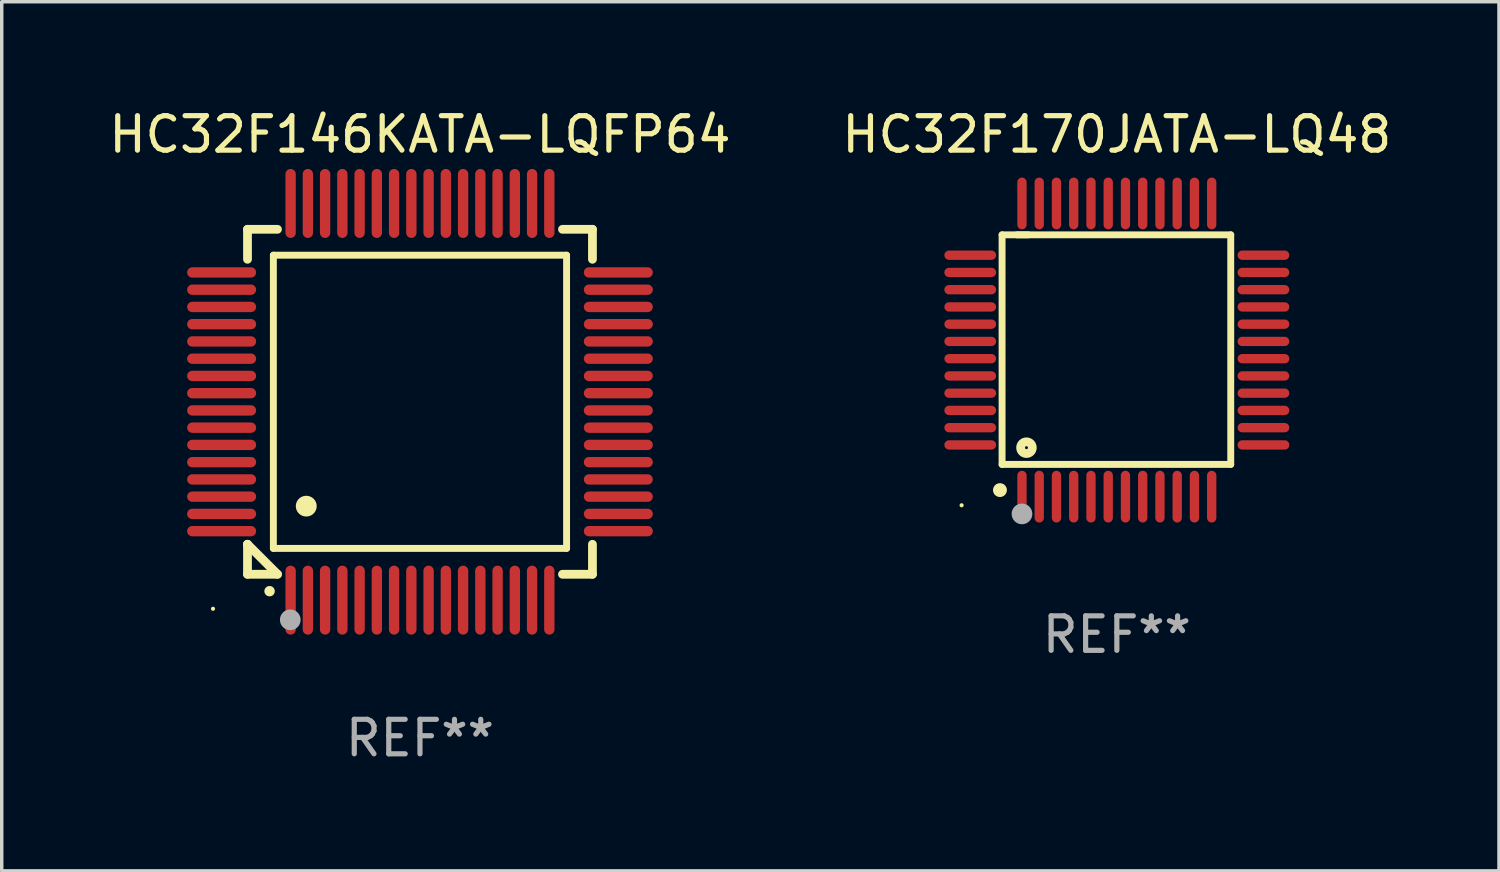
<source format=kicad_pcb>
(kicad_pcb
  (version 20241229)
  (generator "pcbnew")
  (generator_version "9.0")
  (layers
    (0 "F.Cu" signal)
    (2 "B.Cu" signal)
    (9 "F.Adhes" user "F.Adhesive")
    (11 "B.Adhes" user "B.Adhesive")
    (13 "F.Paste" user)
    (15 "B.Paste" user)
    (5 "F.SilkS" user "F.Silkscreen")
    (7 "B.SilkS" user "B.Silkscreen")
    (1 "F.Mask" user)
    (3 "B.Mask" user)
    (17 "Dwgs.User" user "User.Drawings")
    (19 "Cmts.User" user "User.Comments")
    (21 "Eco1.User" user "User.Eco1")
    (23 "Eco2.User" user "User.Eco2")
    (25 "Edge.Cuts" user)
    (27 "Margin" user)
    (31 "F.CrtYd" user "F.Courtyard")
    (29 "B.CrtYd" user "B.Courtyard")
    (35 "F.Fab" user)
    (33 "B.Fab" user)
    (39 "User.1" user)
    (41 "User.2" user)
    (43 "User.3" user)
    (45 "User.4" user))
  (footprint "HC32F146KATA-LQFP64"
    (layer "F.Cu")
    (at 9.125 8.598)
    (property "Reference" "HC32F146KATA-LQFP64" (at 0 -7.75 0) (layer "F.SilkS") (effects (font (size 1 1) (thickness 0.15))))
    (attr through_hole)
    (fp_line (start -5 -5) (end -4.131 -5) (stroke (width 0.254) (type solid)) (layer "F.SilkS"))
    (fp_line (start -5 -4.131) (end -5 -5) (stroke (width 0.254) (type solid)) (layer "F.SilkS"))
    (fp_line (start -5 4.131) (end -5 4.131) (stroke (width 0.254) (type solid)) (layer "F.SilkS"))
    (fp_line (start -5 5) (end -5 4.131) (stroke (width 0.254) (type solid)) (layer "F.SilkS"))
    (fp_line (start -5 4.131) (end -4.131 5) (stroke (width 0.254) (type solid)) (layer "F.SilkS"))
    (fp_line (start -4.25 -4.25) (end -4.25 4.25) (stroke (width 0.2) (type solid)) (layer "F.SilkS"))
    (fp_line (start -4.25 4.25) (end 4.25 4.25) (stroke (width 0.2) (type solid)) (layer "F.SilkS"))
    (fp_line (start -4.131 5) (end -5 5) (stroke (width 0.254) (type solid)) (layer "F.SilkS"))
    (fp_line (start 4.25 -4.25) (end -4.25 -4.25) (stroke (width 0.2) (type solid)) (layer "F.SilkS"))
    (fp_line (start 4.25 4.25) (end 4.25 -4.25) (stroke (width 0.2) (type solid)) (layer "F.SilkS"))
    (fp_line (start 5 -5) (end 4.131 -5) (stroke (width 0.254) (type solid)) (layer "F.SilkS"))
    (fp_line (start 5 -5) (end 5 -4.131) (stroke (width 0.254) (type solid)) (layer "F.SilkS"))
    (fp_line (start 5 4.131) (end 5 5) (stroke (width 0.254) (type solid)) (layer "F.SilkS"))
    (fp_line (start 5 5) (end 4.131 5) (stroke (width 0.254) (type solid)) (layer "F.SilkS"))
    (fp_arc (start -4.361265 5.489992) (mid -4.359995 5.489987) (end -4.358725 5.489992) (stroke (width 0.3) (type solid)) (layer "F.SilkS"))
    (fp_arc (start -3.299467 3.025146) (mid -3.296927 3.025135) (end -3.294387 3.025146) (stroke (width 0.6) (type solid)) (layer "F.SilkS"))
    (fp_circle (center -6 6) (end -5.97 6) (stroke (width 0.06) (type solid)) (fill no) (layer "F.SilkS"))
    (fp_circle (center -3.76 6.32) (end -3.61 6.32) (stroke (width 0.3) (type solid)) (fill no) (layer "F.Fab"))
    (fp_text user "REF**" (at 0 9.75 0) (layer "F.Fab") (effects (font (size 1 1) (thickness 0.15))))
    (pad "1" smd oval (at -3.75 5.75) (size 0.3 2) (layers "F.Cu" "F.Mask" "F.Paste"))
    (pad "2" smd oval (at -3.25 5.75) (size 0.3 2) (layers "F.Cu" "F.Mask" "F.Paste"))
    (pad "3" smd oval (at -2.75 5.75) (size 0.3 2) (layers "F.Cu" "F.Mask" "F.Paste"))
    (pad "4" smd oval (at -2.25 5.75) (size 0.3 2) (layers "F.Cu" "F.Mask" "F.Paste"))
    (pad "5" smd oval (at -1.75 5.75) (size 0.3 2) (layers "F.Cu" "F.Mask" "F.Paste"))
    (pad "6" smd oval (at -1.25 5.75) (size 0.3 2) (layers "F.Cu" "F.Mask" "F.Paste"))
    (pad "7" smd oval (at -0.75 5.75) (size 0.3 2) (layers "F.Cu" "F.Mask" "F.Paste"))
    (pad "8" smd oval (at -0.25 5.75) (size 0.3 2) (layers "F.Cu" "F.Mask" "F.Paste"))
    (pad "9" smd oval (at 0.25 5.75) (size 0.3 2) (layers "F.Cu" "F.Mask" "F.Paste"))
    (pad "10" smd oval (at 0.75 5.75) (size 0.3 2) (layers "F.Cu" "F.Mask" "F.Paste"))
    (pad "11" smd oval (at 1.25 5.75) (size 0.3 2) (layers "F.Cu" "F.Mask" "F.Paste"))
    (pad "12" smd oval (at 1.75 5.75) (size 0.3 2) (layers "F.Cu" "F.Mask" "F.Paste"))
    (pad "13" smd oval (at 2.25 5.75) (size 0.3 2) (layers "F.Cu" "F.Mask" "F.Paste"))
    (pad "14" smd oval (at 2.75 5.75) (size 0.3 2) (layers "F.Cu" "F.Mask" "F.Paste"))
    (pad "15" smd oval (at 3.25 5.75) (size 0.3 2) (layers "F.Cu" "F.Mask" "F.Paste"))
    (pad "16" smd oval (at 3.75 5.75) (size 0.3 2) (layers "F.Cu" "F.Mask" "F.Paste"))
    (pad "17" smd oval (at 5.75 3.75) (size 2 0.3) (layers "F.Cu" "F.Mask" "F.Paste"))
    (pad "18" smd oval (at 5.75 3.25) (size 2 0.3) (layers "F.Cu" "F.Mask" "F.Paste"))
    (pad "19" smd oval (at 5.75 2.75) (size 2 0.3) (layers "F.Cu" "F.Mask" "F.Paste"))
    (pad "20" smd oval (at 5.75 2.25) (size 2 0.3) (layers "F.Cu" "F.Mask" "F.Paste"))
    (pad "21" smd oval (at 5.75 1.75) (size 2 0.3) (layers "F.Cu" "F.Mask" "F.Paste"))
    (pad "22" smd oval (at 5.75 1.25) (size 2 0.3) (layers "F.Cu" "F.Mask" "F.Paste"))
    (pad "23" smd oval (at 5.75 0.75) (size 2 0.3) (layers "F.Cu" "F.Mask" "F.Paste"))
    (pad "24" smd oval (at 5.75 0.25) (size 2 0.3) (layers "F.Cu" "F.Mask" "F.Paste"))
    (pad "25" smd oval (at 5.75 -0.25) (size 2 0.3) (layers "F.Cu" "F.Mask" "F.Paste"))
    (pad "26" smd oval (at 5.75 -0.75) (size 2 0.3) (layers "F.Cu" "F.Mask" "F.Paste"))
    (pad "27" smd oval (at 5.75 -1.25) (size 2 0.3) (layers "F.Cu" "F.Mask" "F.Paste"))
    (pad "28" smd oval (at 5.75 -1.75) (size 2 0.3) (layers "F.Cu" "F.Mask" "F.Paste"))
    (pad "29" smd oval (at 5.75 -2.25) (size 2 0.3) (layers "F.Cu" "F.Mask" "F.Paste"))
    (pad "30" smd oval (at 5.75 -2.75) (size 2 0.3) (layers "F.Cu" "F.Mask" "F.Paste"))
    (pad "31" smd oval (at 5.75 -3.25) (size 2 0.3) (layers "F.Cu" "F.Mask" "F.Paste"))
    (pad "32" smd oval (at 5.75 -3.75) (size 2 0.3) (layers "F.Cu" "F.Mask" "F.Paste"))
    (pad "33" smd oval (at 3.75 -5.75) (size 0.3 2) (layers "F.Cu" "F.Mask" "F.Paste"))
    (pad "34" smd oval (at 3.25 -5.75) (size 0.3 2) (layers "F.Cu" "F.Mask" "F.Paste"))
    (pad "35" smd oval (at 2.75 -5.75) (size 0.3 2) (layers "F.Cu" "F.Mask" "F.Paste"))
    (pad "36" smd oval (at 2.25 -5.75) (size 0.3 2) (layers "F.Cu" "F.Mask" "F.Paste"))
    (pad "37" smd oval (at 1.75 -5.75) (size 0.3 2) (layers "F.Cu" "F.Mask" "F.Paste"))
    (pad "38" smd oval (at 1.25 -5.75) (size 0.3 2) (layers "F.Cu" "F.Mask" "F.Paste"))
    (pad "39" smd oval (at 0.75 -5.75) (size 0.3 2) (layers "F.Cu" "F.Mask" "F.Paste"))
    (pad "40" smd oval (at 0.25 -5.75) (size 0.3 2) (layers "F.Cu" "F.Mask" "F.Paste"))
    (pad "41" smd oval (at -0.25 -5.75) (size 0.3 2) (layers "F.Cu" "F.Mask" "F.Paste"))
    (pad "42" smd oval (at -0.75 -5.75) (size 0.3 2) (layers "F.Cu" "F.Mask" "F.Paste"))
    (pad "43" smd oval (at -1.25 -5.75) (size 0.3 2) (layers "F.Cu" "F.Mask" "F.Paste"))
    (pad "44" smd oval (at -1.75 -5.75) (size 0.3 2) (layers "F.Cu" "F.Mask" "F.Paste"))
    (pad "45" smd oval (at -2.25 -5.75) (size 0.3 2) (layers "F.Cu" "F.Mask" "F.Paste"))
    (pad "46" smd oval (at -2.75 -5.75) (size 0.3 2) (layers "F.Cu" "F.Mask" "F.Paste"))
    (pad "47" smd oval (at -3.25 -5.75) (size 0.3 2) (layers "F.Cu" "F.Mask" "F.Paste"))
    (pad "48" smd oval (at -3.75 -5.75) (size 0.3 2) (layers "F.Cu" "F.Mask" "F.Paste"))
    (pad "49" smd oval (at -5.75 -3.75) (size 2 0.3) (layers "F.Cu" "F.Mask" "F.Paste"))
    (pad "50" smd oval (at -5.75 -3.25) (size 2 0.3) (layers "F.Cu" "F.Mask" "F.Paste"))
    (pad "51" smd oval (at -5.75 -2.75) (size 2 0.3) (layers "F.Cu" "F.Mask" "F.Paste"))
    (pad "52" smd oval (at -5.75 -2.25) (size 2 0.3) (layers "F.Cu" "F.Mask" "F.Paste"))
    (pad "53" smd oval (at -5.75 -1.75) (size 2 0.3) (layers "F.Cu" "F.Mask" "F.Paste"))
    (pad "54" smd oval (at -5.75 -1.25) (size 2 0.3) (layers "F.Cu" "F.Mask" "F.Paste"))
    (pad "55" smd oval (at -5.75 -0.75) (size 2 0.3) (layers "F.Cu" "F.Mask" "F.Paste"))
    (pad "56" smd oval (at -5.75 -0.25) (size 2 0.3) (layers "F.Cu" "F.Mask" "F.Paste"))
    (pad "57" smd oval (at -5.75 0.25) (size 2 0.3) (layers "F.Cu" "F.Mask" "F.Paste"))
    (pad "58" smd oval (at -5.75 0.75) (size 2 0.3) (layers "F.Cu" "F.Mask" "F.Paste"))
    (pad "59" smd oval (at -5.75 1.25) (size 2 0.3) (layers "F.Cu" "F.Mask" "F.Paste"))
    (pad "60" smd oval (at -5.75 1.75) (size 2 0.3) (layers "F.Cu" "F.Mask" "F.Paste"))
    (pad "61" smd oval (at -5.75 2.25) (size 2 0.3) (layers "F.Cu" "F.Mask" "F.Paste"))
    (pad "62" smd oval (at -5.75 2.75) (size 2 0.3) (layers "F.Cu" "F.Mask" "F.Paste"))
    (pad "63" smd oval (at -5.75 3.25) (size 2 0.3) (layers "F.Cu" "F.Mask" "F.Paste"))
    (pad "64" smd oval (at -5.75 3.75) (size 2 0.3) (layers "F.Cu" "F.Mask" "F.Paste")))
  (footprint "HC32F170JATA-LQ48"
    (layer "F.Cu")
    (at 29.327 7.098)
    (property "Reference" "HC32F170JATA-LQ48" (at 0 -6.25 0) (layer "F.SilkS") (effects (font (size 1 1) (thickness 0.15))))
    (attr through_hole)
    (fp_line (start -3.327 -3.34) (end -2.565 -3.34) (stroke (width 0.2) (type solid)) (layer "F.SilkS"))
    (fp_line (start -3.327 3.315) (end -3.327 -3.34) (stroke (width 0.2) (type solid)) (layer "F.SilkS"))
    (fp_line (start -2.896 -3.34) (end 3.302 -3.34) (stroke (width 0.2) (type solid)) (layer "F.SilkS"))
    (fp_line (start 3.302 -3.34) (end 3.302 3.315) (stroke (width 0.2) (type solid)) (layer "F.SilkS"))
    (fp_line (start 3.302 3.315) (end -3.327 3.315) (stroke (width 0.2) (type solid)) (layer "F.SilkS"))
    (fp_arc (start -3.389992 4.059995) (mid -3.388722 4.059991) (end -3.387452 4.059995) (stroke (width 0.4) (type solid)) (layer "F.SilkS"))
    (fp_circle (center -4.5 4.5) (end -4.47 4.5) (stroke (width 0.06) (type solid)) (fill no) (layer "F.SilkS"))
    (fp_circle (center -2.62 2.83) (end -2.45 2.83) (stroke (width 0.254) (type solid)) (fill no) (layer "F.SilkS"))
    (fp_circle (center -2.75 4.75) (end -2.6 4.75) (stroke (width 0.3) (type solid)) (fill no) (layer "F.Fab"))
    (fp_text user "REF**" (at 0 8.25 0) (layer "F.Fab") (effects (font (size 1 1) (thickness 0.15))))
    (pad "1" smd oval (at -2.75 4.25) (size 0.27 1.5) (layers "F.Cu" "F.Mask" "F.Paste"))
    (pad "2" smd oval (at -2.25 4.25) (size 0.27 1.5) (layers "F.Cu" "F.Mask" "F.Paste"))
    (pad "3" smd oval (at -1.75 4.25) (size 0.27 1.5) (layers "F.Cu" "F.Mask" "F.Paste"))
    (pad "4" smd oval (at -1.25 4.25) (size 0.27 1.5) (layers "F.Cu" "F.Mask" "F.Paste"))
    (pad "5" smd oval (at -0.75 4.25) (size 0.27 1.5) (layers "F.Cu" "F.Mask" "F.Paste"))
    (pad "6" smd oval (at -0.25 4.25) (size 0.27 1.5) (layers "F.Cu" "F.Mask" "F.Paste"))
    (pad "7" smd oval (at 0.25 4.25) (size 0.27 1.5) (layers "F.Cu" "F.Mask" "F.Paste"))
    (pad "8" smd oval (at 0.75 4.25) (size 0.27 1.5) (layers "F.Cu" "F.Mask" "F.Paste"))
    (pad "9" smd oval (at 1.25 4.25) (size 0.27 1.5) (layers "F.Cu" "F.Mask" "F.Paste"))
    (pad "10" smd oval (at 1.75 4.25) (size 0.27 1.5) (layers "F.Cu" "F.Mask" "F.Paste"))
    (pad "11" smd oval (at 2.25 4.25) (size 0.27 1.5) (layers "F.Cu" "F.Mask" "F.Paste"))
    (pad "12" smd oval (at 2.75 4.25) (size 0.27 1.5) (layers "F.Cu" "F.Mask" "F.Paste"))
    (pad "13" smd oval (at 4.25 2.75) (size 1.5 0.27) (layers "F.Cu" "F.Mask" "F.Paste"))
    (pad "14" smd oval (at 4.25 2.25) (size 1.5 0.27) (layers "F.Cu" "F.Mask" "F.Paste"))
    (pad "15" smd oval (at 4.25 1.75) (size 1.5 0.27) (layers "F.Cu" "F.Mask" "F.Paste"))
    (pad "16" smd oval (at 4.25 1.25) (size 1.5 0.27) (layers "F.Cu" "F.Mask" "F.Paste"))
    (pad "17" smd oval (at 4.25 0.75) (size 1.5 0.27) (layers "F.Cu" "F.Mask" "F.Paste"))
    (pad "18" smd oval (at 4.25 0.25) (size 1.5 0.27) (layers "F.Cu" "F.Mask" "F.Paste"))
    (pad "19" smd oval (at 4.25 -0.25) (size 1.5 0.27) (layers "F.Cu" "F.Mask" "F.Paste"))
    (pad "20" smd oval (at 4.25 -0.75) (size 1.5 0.27) (layers "F.Cu" "F.Mask" "F.Paste"))
    (pad "21" smd oval (at 4.25 -1.25) (size 1.5 0.27) (layers "F.Cu" "F.Mask" "F.Paste"))
    (pad "22" smd oval (at 4.25 -1.75) (size 1.5 0.27) (layers "F.Cu" "F.Mask" "F.Paste"))
    (pad "23" smd oval (at 4.25 -2.25) (size 1.5 0.27) (layers "F.Cu" "F.Mask" "F.Paste"))
    (pad "24" smd oval (at 4.25 -2.75) (size 1.5 0.27) (layers "F.Cu" "F.Mask" "F.Paste"))
    (pad "25" smd oval (at 2.75 -4.25) (size 0.27 1.5) (layers "F.Cu" "F.Mask" "F.Paste"))
    (pad "26" smd oval (at 2.25 -4.25) (size 0.27 1.5) (layers "F.Cu" "F.Mask" "F.Paste"))
    (pad "27" smd oval (at 1.75 -4.25) (size 0.27 1.5) (layers "F.Cu" "F.Mask" "F.Paste"))
    (pad "28" smd oval (at 1.25 -4.25) (size 0.27 1.5) (layers "F.Cu" "F.Mask" "F.Paste"))
    (pad "29" smd oval (at 0.75 -4.25) (size 0.27 1.5) (layers "F.Cu" "F.Mask" "F.Paste"))
    (pad "30" smd oval (at 0.25 -4.25) (size 0.27 1.5) (layers "F.Cu" "F.Mask" "F.Paste"))
    (pad "31" smd oval (at -0.25 -4.25) (size 0.27 1.5) (layers "F.Cu" "F.Mask" "F.Paste"))
    (pad "32" smd oval (at -0.75 -4.25) (size 0.27 1.5) (layers "F.Cu" "F.Mask" "F.Paste"))
    (pad "33" smd oval (at -1.25 -4.25) (size 0.27 1.5) (layers "F.Cu" "F.Mask" "F.Paste"))
    (pad "34" smd oval (at -1.75 -4.25) (size 0.27 1.5) (layers "F.Cu" "F.Mask" "F.Paste"))
    (pad "35" smd oval (at -2.25 -4.25) (size 0.27 1.5) (layers "F.Cu" "F.Mask" "F.Paste"))
    (pad "36" smd oval (at -2.75 -4.25) (size 0.27 1.5) (layers "F.Cu" "F.Mask" "F.Paste"))
    (pad "37" smd oval (at -4.25 -2.75) (size 1.5 0.27) (layers "F.Cu" "F.Mask" "F.Paste"))
    (pad "38" smd oval (at -4.25 -2.25) (size 1.5 0.27) (layers "F.Cu" "F.Mask" "F.Paste"))
    (pad "39" smd oval (at -4.25 -1.75) (size 1.5 0.27) (layers "F.Cu" "F.Mask" "F.Paste"))
    (pad "40" smd oval (at -4.25 -1.25) (size 1.5 0.27) (layers "F.Cu" "F.Mask" "F.Paste"))
    (pad "41" smd oval (at -4.25 -0.75) (size 1.5 0.27) (layers "F.Cu" "F.Mask" "F.Paste"))
    (pad "42" smd oval (at -4.25 -0.25) (size 1.5 0.27) (layers "F.Cu" "F.Mask" "F.Paste"))
    (pad "43" smd oval (at -4.25 0.25) (size 1.5 0.27) (layers "F.Cu" "F.Mask" "F.Paste"))
    (pad "44" smd oval (at -4.25 0.75) (size 1.5 0.27) (layers "F.Cu" "F.Mask" "F.Paste"))
    (pad "45" smd oval (at -4.25 1.25) (size 1.5 0.27) (layers "F.Cu" "F.Mask" "F.Paste"))
    (pad "46" smd oval (at -4.25 1.75) (size 1.5 0.27) (layers "F.Cu" "F.Mask" "F.Paste"))
    (pad "47" smd oval (at -4.25 2.25) (size 1.5 0.27) (layers "F.Cu" "F.Mask" "F.Paste"))
    (pad "48" smd oval (at -4.25 2.75) (size 1.5 0.27) (layers "F.Cu" "F.Mask" "F.Paste")))
  (gr_rect
    (start -3 -3)
    (end 40.405 22.196)
    (stroke (width 0.1) (type default))
    (fill no)
    (layer "Edge.Cuts")))
</source>
